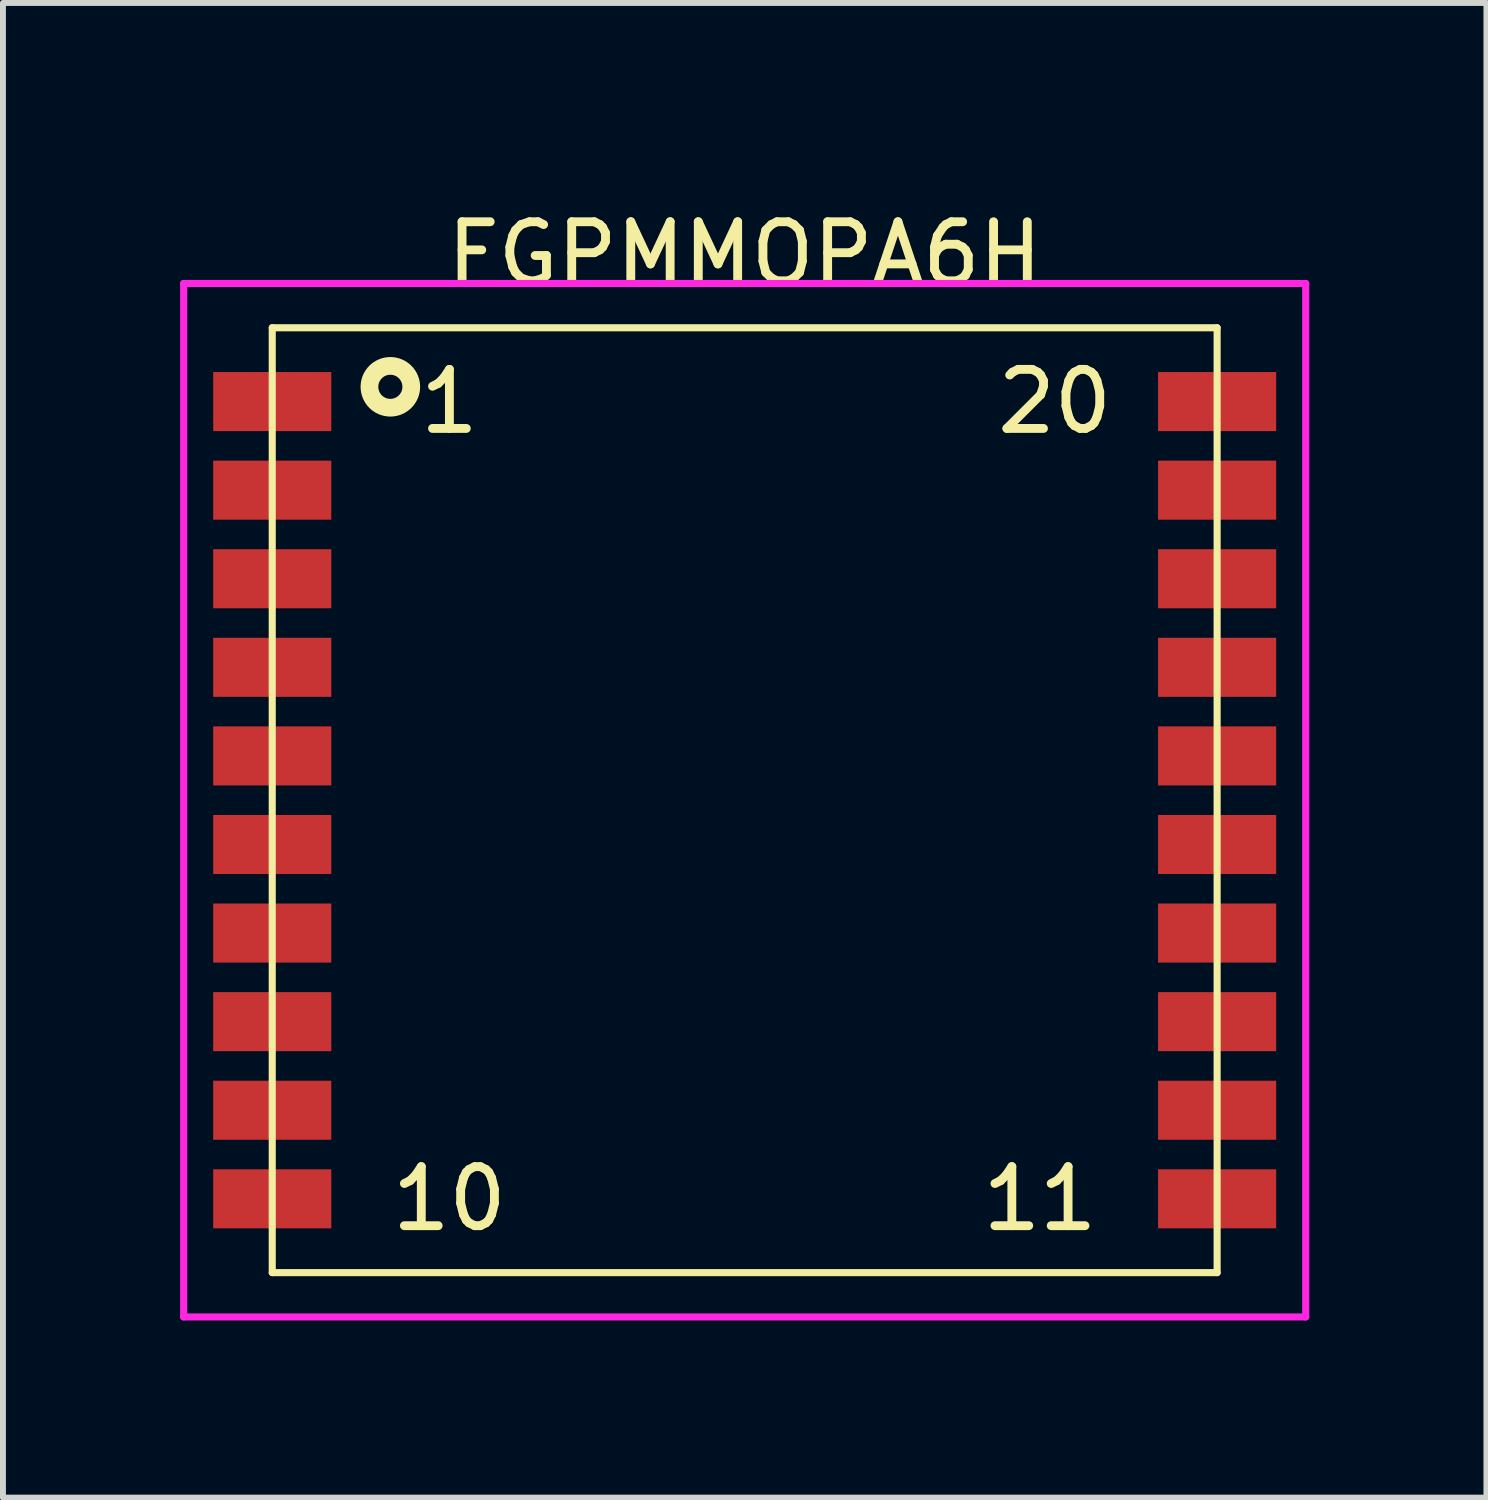
<source format=kicad_pcb>
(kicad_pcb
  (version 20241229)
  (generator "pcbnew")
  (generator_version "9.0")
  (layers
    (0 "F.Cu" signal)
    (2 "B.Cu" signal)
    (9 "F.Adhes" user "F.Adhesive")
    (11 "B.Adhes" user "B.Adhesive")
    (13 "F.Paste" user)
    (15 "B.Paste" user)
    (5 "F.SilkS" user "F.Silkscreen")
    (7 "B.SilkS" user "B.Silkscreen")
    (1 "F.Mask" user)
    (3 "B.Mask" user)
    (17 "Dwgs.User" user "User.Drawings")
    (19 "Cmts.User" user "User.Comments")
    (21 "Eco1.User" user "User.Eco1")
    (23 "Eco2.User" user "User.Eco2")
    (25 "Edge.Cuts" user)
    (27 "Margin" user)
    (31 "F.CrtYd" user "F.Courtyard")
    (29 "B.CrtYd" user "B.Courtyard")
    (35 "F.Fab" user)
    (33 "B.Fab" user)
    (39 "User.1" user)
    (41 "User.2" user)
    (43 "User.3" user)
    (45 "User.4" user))
  (footprint "FGPMMOPA6H"
    (layer "F.Cu")
    (at 9.56 0.25)
    (property "Reference" "FGPMMOPA6H" (at 0 1 0) (layer "F.SilkS") (effects (font (size 1 1) (thickness 0.15))))
    (attr through_hole)
    (fp_line (start -8 2.25) (end 8 2.25) (stroke (width 0.12) (type solid)) (layer "F.SilkS"))
    (fp_line (start -8 18.25) (end -8 2.25) (stroke (width 0.12) (type solid)) (layer "F.SilkS"))
    (fp_line (start 8 2.25) (end 8 18.25) (stroke (width 0.12) (type solid)) (layer "F.SilkS"))
    (fp_line (start 8 18.25) (end -8 18.25) (stroke (width 0.12) (type solid)) (layer "F.SilkS"))
    (fp_circle (center -6 3.25) (end -5.646 3.25) (stroke (width 0.3) (type solid)) (fill no) (layer "F.SilkS"))
    (fp_line (start -9.5 1.5) (end 9.5 1.5) (stroke (width 0.12) (type solid)) (layer "F.CrtYd"))
    (fp_line (start -9.5 19) (end -9.5 1.5) (stroke (width 0.12) (type solid)) (layer "F.CrtYd"))
    (fp_line (start 9.5 1.5) (end 9.5 19) (stroke (width 0.12) (type solid)) (layer "F.CrtYd"))
    (fp_line (start 9.5 19) (end -9.5 19) (stroke (width 0.12) (type solid)) (layer "F.CrtYd"))
    (fp_text user "10" (at -5 17 0) (layer "F.SilkS") (effects (font (size 1 1) (thickness 0.15))))
    (fp_text user "11" (at 5 17 0) (layer "F.SilkS") (effects (font (size 1 1) (thickness 0.15))))
    (fp_text user "20" (at 5.25 3.5 0) (layer "F.SilkS") (effects (font (size 1 1) (thickness 0.15))))
    (fp_text user "1" (at -5 3.5 0) (layer "F.SilkS") (effects (font (size 1 1) (thickness 0.15))))
    (pad "1" smd rect (at -8 3.5) (size 2 1) (layers "F.Cu" "F.Mask" "F.Paste"))
    (pad "2" smd rect (at -8 5) (size 2 1) (layers "F.Cu" "F.Mask" "F.Paste"))
    (pad "3" smd rect (at -8 6.5) (size 2 1) (layers "F.Cu" "F.Mask" "F.Paste"))
    (pad "4" smd rect (at -8 8) (size 2 1) (layers "F.Cu" "F.Mask" "F.Paste"))
    (pad "5" smd rect (at -8 9.5) (size 2 1) (layers "F.Cu" "F.Mask" "F.Paste"))
    (pad "6" smd rect (at -8 11) (size 2 1) (layers "F.Cu" "F.Mask" "F.Paste"))
    (pad "7" smd rect (at -8 12.5) (size 2 1) (layers "F.Cu" "F.Mask" "F.Paste"))
    (pad "8" smd rect (at -8 14) (size 2 1) (layers "F.Cu" "F.Mask" "F.Paste"))
    (pad "9" smd rect (at -8 15.5) (size 2 1) (layers "F.Cu" "F.Mask" "F.Paste"))
    (pad "10" smd rect (at -8 17) (size 2 1) (layers "F.Cu" "F.Mask" "F.Paste"))
    (pad "11" smd rect (at 8 17) (size 2 1) (layers "F.Cu" "F.Mask" "F.Paste"))
    (pad "12" smd rect (at 8 15.5) (size 2 1) (layers "F.Cu" "F.Mask" "F.Paste"))
    (pad "13" smd rect (at 8 14) (size 2 1) (layers "F.Cu" "F.Mask" "F.Paste"))
    (pad "14" smd rect (at 8 12.5) (size 2 1) (layers "F.Cu" "F.Mask" "F.Paste"))
    (pad "15" smd rect (at 8 11) (size 2 1) (layers "F.Cu" "F.Mask" "F.Paste"))
    (pad "16" smd rect (at 8 9.5) (size 2 1) (layers "F.Cu" "F.Mask" "F.Paste"))
    (pad "17" smd rect (at 8 8) (size 2 1) (layers "F.Cu" "F.Mask" "F.Paste"))
    (pad "18" smd rect (at 8 6.5) (size 2 1) (layers "F.Cu" "F.Mask" "F.Paste"))
    (pad "19" smd rect (at 8 5) (size 2 1) (layers "F.Cu" "F.Mask" "F.Paste"))
    (pad "20" smd rect (at 8 3.5) (size 2 1) (layers "F.Cu" "F.Mask" "F.Paste")))
  (gr_rect
    (start -3 -3)
    (end 22.12 22.31)
    (stroke (width 0.1) (type default))
    (fill no)
    (layer "Edge.Cuts")))
</source>
